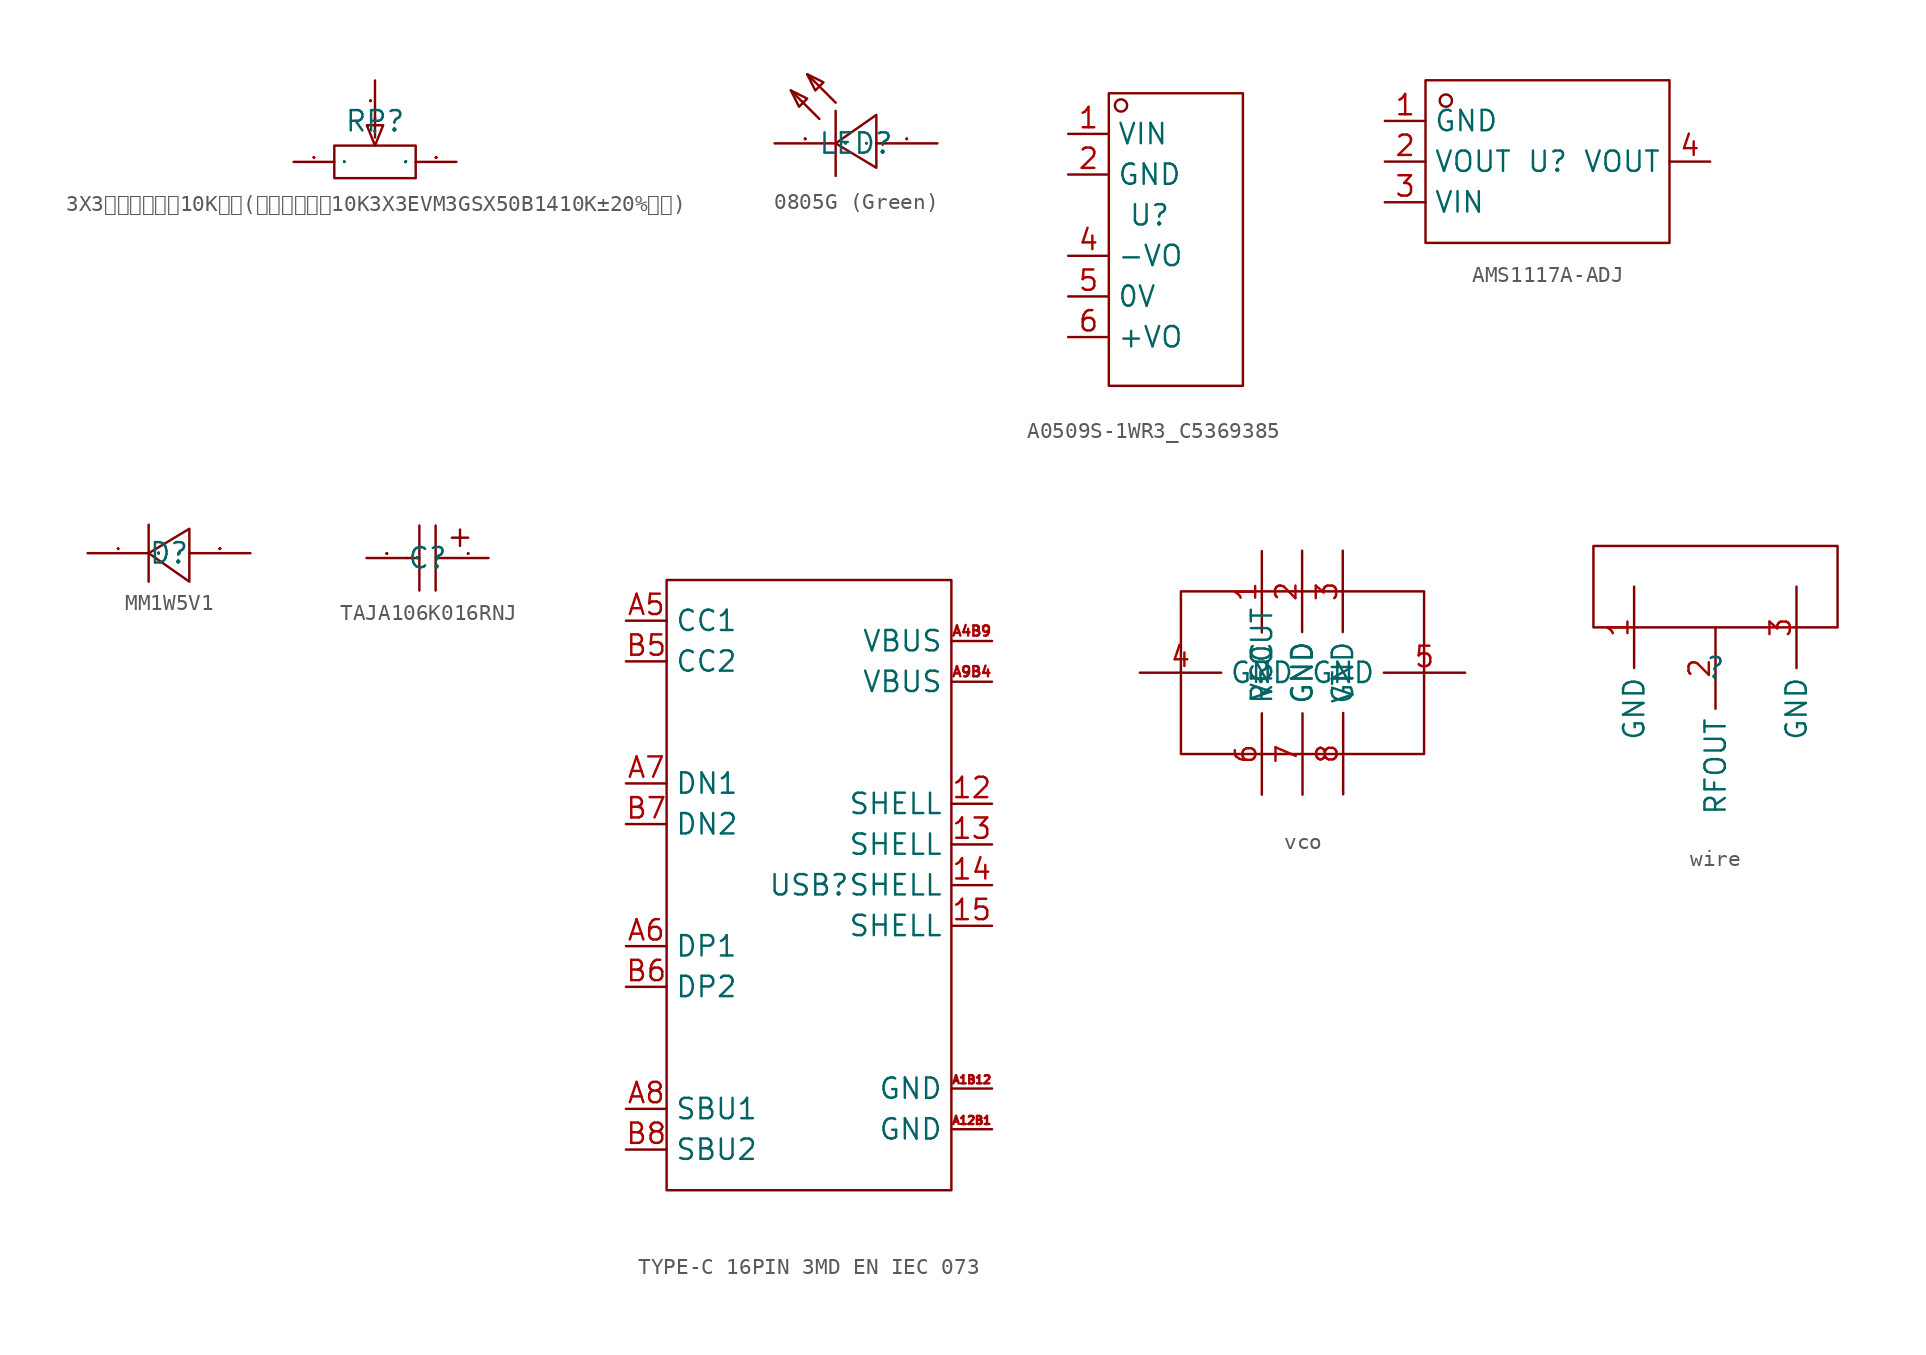
<source format=kicad_sym>
(kicad_symbol_lib
  (version 20231120)
  (generator "kicad_symbol_editor")
  (generator_version "8.0")
  (symbol "3X3贴片可调电阻10K可调(贴片可调电阻10K3X3EVM3GSX50B1410K±20%松下)"
    (property "Reference" "RP"
      (at 0 0 0)
      (effects (font (size 1.27 1.27))))
    (property "Value" ""
      (at 0 0 0)
      (effects (font (size 1.27 1.27))))
    (symbol "3X3贴片可调电阻10K可调(贴片可调电阻10K3X3EVM3GSX50B1410K±20%松下)_1_0"
      (polyline (pts (xy 0 -1.016) (xy 0 0.254)) (stroke (width 0) (type default)) (fill (type none)))
      (polyline (pts (xy 0 -1.524) (xy -0.508 -0.254) (xy -0.508 -0.254) (xy 0.508 -0.254) (xy 0.508 -0.254) (xy 0 -1.524)) (stroke (width 0) (type default)) (fill (type none)))
      (polyline (pts (xy 2.54 -1.524) (xy -2.54 -1.524) (xy -2.54 -1.524) (xy -2.54 -3.556) (xy -2.54 -3.556) (xy 2.54 -3.556) (xy 2.54 -3.556) (xy 2.54 -1.524)) (stroke (width 0) (type default)) (fill (type none)))
      (pin input line (at -5.08 -2.54 0) (length 2.54) (name "1" (effects (font (size 0.025 0.025)))) (number "1" (effects (font (size 0.025 0.025)))))
      (pin input line (at 0 2.54 270) (length 2.54) (name "2" (effects (font (size 0.025 0.025)))) (number "2" (effects (font (size 0.025 0.025)))))
      (pin input line (at 5.08 -2.54 180) (length 2.54) (name "3" (effects (font (size 0.025 0.025)))) (number "3" (effects (font (size 0.025 0.025)))))))
  (symbol "0805G (Green)"
    (property "Reference" "LED"
      (at 0 0 0)
      (effects (font (size 1.27 1.27))))
    (property "Value" ""
      (at 0 0 0)
      (effects (font (size 1.27 1.27))))
    (symbol "0805G (Green)_1_0"
      (polyline (pts (xy -2.286 1.524) (xy -4.064 3.302)) (stroke (width 0) (type default)) (fill (type none)))
      (polyline (pts (xy -1.27 2.032) (xy -1.27 -2.032)) (stroke (width 0) (type default)) (fill (type none)))
      (polyline (pts (xy -1.27 2.54) (xy -3.048 4.318)) (stroke (width 0) (type default)) (fill (type none)))
      (polyline (pts (xy -4.064 3.302) (xy -3.048 2.794) (xy -3.048 2.794) (xy -3.556 2.286) (xy -3.556 2.286) (xy -4.064 3.302)) (stroke (width 0) (type default)) (fill (type none)))
      (polyline (pts (xy -3.048 4.318) (xy -2.032 3.81) (xy -2.032 3.81) (xy -2.54 3.302) (xy -2.54 3.302) (xy -3.048 4.318)) (stroke (width 0) (type default)) (fill (type none)))
      (polyline (pts (xy 1.27 -1.524) (xy -1.27 0) (xy -1.27 0) (xy 1.27 1.778) (xy 1.27 1.778) (xy 1.27 -1.524)) (stroke (width 0) (type default)) (fill (type none)))
      (pin unspecified line (at 5.08 0 180) (length 3.81) (name "A" (effects (font (size 0.025 0.025)))) (number "1" (effects (font (size 0.025 0.025)))))
      (pin unspecified line (at -5.08 0 0) (length 3.81) (name "K" (effects (font (size 0.025 0.025)))) (number "2" (effects (font (size 0.025 0.025)))))))
  (symbol "A0509S-1WR3_C5369385"
    (property "Reference" "U"
      (at 0 0 0)
      (effects (font (size 1.27 1.27))))
    (property "Value" ""
      (at 0 0 0)
      (effects (font (size 1.27 1.27))))
    (symbol "A0509S-1WR3_C5369385_1_0"
      (rectangle (start -2.54 -10.668) (end 5.842 7.62) (stroke (width 0) (type default)) (fill (type none)))
      (circle (center -1.778 6.858) (radius 0.381) (stroke (width 0) (type default)) (fill (type none)))
      (pin unspecified line (at -5.08 5.08 0) (length 2.54) (name "VIN" (effects (font (size 1.27 1.27)))) (number "1" (effects (font (size 1.27 1.27)))))
      (pin unspecified line (at -5.08 2.54 0) (length 2.54) (name "GND" (effects (font (size 1.27 1.27)))) (number "2" (effects (font (size 1.27 1.27)))))
      (pin unspecified line (at -5.08 -2.54 0) (length 2.54) (name "-VO" (effects (font (size 1.27 1.27)))) (number "4" (effects (font (size 1.27 1.27)))))
      (pin unspecified line (at -5.08 -5.08 0) (length 2.54) (name "0V" (effects (font (size 1.27 1.27)))) (number "5" (effects (font (size 1.27 1.27)))))
      (pin unspecified line (at -5.08 -7.62 0) (length 2.54) (name "+VO" (effects (font (size 1.27 1.27)))) (number "6" (effects (font (size 1.27 1.27)))))))
  (symbol "AMS1117A-ADJ"
    (property "Reference" "U"
      (at 0 0 0)
      (effects (font (size 1.27 1.27))))
    (property "Value" ""
      (at 0 0 0)
      (effects (font (size 1.27 1.27))))
    (symbol "AMS1117A-ADJ_1_0"
      (rectangle (start -7.62 -5.08) (end 7.62 5.08) (stroke (width 0) (type default)) (fill (type none)))
      (circle (center -6.35 3.81) (radius 0.381) (stroke (width 0) (type default)) (fill (type none)))
      (pin unspecified line (at -10.16 2.54 0) (length 2.54) (name "GND" (effects (font (size 1.27 1.27)))) (number "1" (effects (font (size 1.27 1.27)))))
      (pin unspecified line (at -10.16 0 0) (length 2.54) (name "VOUT" (effects (font (size 1.27 1.27)))) (number "2" (effects (font (size 1.27 1.27)))))
      (pin unspecified line (at -10.16 -2.54 0) (length 2.54) (name "VIN" (effects (font (size 1.27 1.27)))) (number "3" (effects (font (size 1.27 1.27)))))
      (pin unspecified line (at 10.16 0 180) (length 2.54) (name "VOUT" (effects (font (size 1.27 1.27)))) (number "4" (effects (font (size 1.27 1.27)))))))
  (symbol "MM1W5V1"
    (property "Reference" "D"
      (at 0 0 0)
      (effects (font (size 1.27 1.27))))
    (property "Value" ""
      (at 0 0 0)
      (effects (font (size 1.27 1.27))))
    (symbol "MM1W5V1_1_0"
      (polyline (pts (xy -1.27 1.778) (xy -1.27 -1.778)) (stroke (width 0) (type default)) (fill (type none)))
      (polyline (pts (xy 1.27 1.524) (xy -1.27 0) (xy -1.27 0) (xy 1.27 -1.778) (xy 1.27 -1.778) (xy 1.27 1.524)) (stroke (width 0) (type default)) (fill (type none)))
      (pin unspecified line (at -5.08 0 0) (length 3.81) (name "C" (effects (font (size 0.025 0.025)))) (number "1" (effects (font (size 0.025 0.025)))))
      (pin unspecified line (at 5.08 0 180) (length 3.81) (name "A" (effects (font (size 0.025 0.025)))) (number "2" (effects (font (size 0.025 0.025)))))))
  (symbol "TAJA106K016RNJ"
    (property "Reference" "C"
      (at 0 0 0)
      (effects (font (size 1.27 1.27))))
    (symbol "TAJA106K016RNJ_1_0"
      (polyline (pts (xy -0.508 -2.032) (xy -0.508 2.032)) (stroke (width 0) (type default)) (fill (type none)))
      (polyline (pts (xy -0.508 0) (xy -1.27 0)) (stroke (width 0) (type default)) (fill (type none)))
      (polyline (pts (xy 0.508 -2.032) (xy 0.508 2.032)) (stroke (width 0) (type default)) (fill (type none)))
      (polyline (pts (xy 1.27 0) (xy 0.508 0)) (stroke (width 0) (type default)) (fill (type none)))
      (polyline (pts (xy 1.524 1.27) (xy 2.54 1.27)) (stroke (width 0) (type default)) (fill (type none)))
      (polyline (pts (xy 2.032 1.778) (xy 2.032 0.762)) (stroke (width 0) (type default)) (fill (type none)))
      (pin input line (at 3.81 0 180) (length 2.54) (name "1" (effects (font (size 0.025 0.025)))) (number "1" (effects (font (size 0.025 0.025)))))
      (pin input line (at -3.81 0 0) (length 2.54) (name "2" (effects (font (size 0.025 0.025)))) (number "2" (effects (font (size 0.025 0.025)))))))
  (symbol "TYPE-C 16PIN 3MD EN IEC 073"
    (property "Reference" "USB"
      (at 0 0 0)
      (effects (font (size 1.27 1.27))))
    (property "Value" ""
      (at 0 0 0)
      (effects (font (size 1.27 1.27))))
    (symbol "TYPE-C 16PIN 3MD EN IEC 073_1_0"
      (rectangle (start -8.89 19.05) (end 8.89 -19.05) (stroke (width 0) (type default)) (fill (type none)))
      (pin unspecified line (at 11.43 5.08 180) (length 2.54) (name "SHELL" (effects (font (size 1.27 1.27)))) (number "12" (effects (font (size 1.27 1.27)))))
      (pin unspecified line (at 11.43 2.54 180) (length 2.54) (name "SHELL" (effects (font (size 1.27 1.27)))) (number "13" (effects (font (size 1.27 1.27)))))
      (pin unspecified line (at 11.43 0 180) (length 2.54) (name "SHELL" (effects (font (size 1.27 1.27)))) (number "14" (effects (font (size 1.27 1.27)))))
      (pin unspecified line (at 11.43 -2.54 180) (length 2.54) (name "SHELL" (effects (font (size 1.27 1.27)))) (number "15" (effects (font (size 1.27 1.27)))))
      (pin unspecified line (at 11.43 -15.24 180) (length 2.54) (name "GND" (effects (font (size 1.27 1.27)))) (number "A12B1" (effects (font (size 0.508 0.508)))))
      (pin unspecified line (at 11.43 -12.7 180) (length 2.54) (name "GND" (effects (font (size 1.27 1.27)))) (number "A1B12" (effects (font (size 0.508 0.508)))))
      (pin unspecified line (at 11.43 15.24 180) (length 2.54) (name "VBUS" (effects (font (size 1.27 1.27)))) (number "A4B9" (effects (font (size 0.635 0.635)))))
      (pin unspecified line (at -11.43 16.51 0) (length 2.54) (name "CC1" (effects (font (size 1.27 1.27)))) (number "A5" (effects (font (size 1.27 1.27)))))
      (pin unspecified line (at -11.43 -3.81 0) (length 2.54) (name "DP1" (effects (font (size 1.27 1.27)))) (number "A6" (effects (font (size 1.27 1.27)))))
      (pin unspecified line (at -11.43 6.35 0) (length 2.54) (name "DN1" (effects (font (size 1.27 1.27)))) (number "A7" (effects (font (size 1.27 1.27)))))
      (pin unspecified line (at -11.43 -13.97 0) (length 2.54) (name "SBU1" (effects (font (size 1.27 1.27)))) (number "A8" (effects (font (size 1.27 1.27)))))
      (pin unspecified line (at 11.43 12.7 180) (length 2.54) (name "VBUS" (effects (font (size 1.27 1.27)))) (number "A9B4" (effects (font (size 0.635 0.635)))))
      (pin unspecified line (at -11.43 13.97 0) (length 2.54) (name "CC2" (effects (font (size 1.27 1.27)))) (number "B5" (effects (font (size 1.27 1.27)))))
      (pin unspecified line (at -11.43 -6.35 0) (length 2.54) (name "DP2" (effects (font (size 1.27 1.27)))) (number "B6" (effects (font (size 1.27 1.27)))))
      (pin unspecified line (at -11.43 3.81 0) (length 2.54) (name "DN2" (effects (font (size 1.27 1.27)))) (number "B7" (effects (font (size 1.27 1.27)))))
      (pin unspecified line (at -11.43 -16.51 0) (length 2.54) (name "SBU2" (effects (font (size 1.27 1.27)))) (number "B8" (effects (font (size 1.27 1.27)))))))
  (symbol "vco"
    (property "Reference" ""
      (at 0 0 0)
      (effects (font (size 1.27 1.27))))
    (property "Value" ""
      (at 0 0 0)
      (effects (font (size 1.27 1.27))))
    (symbol "vco_1_0"
      (rectangle (start -5.055 5.08) (end 10.135 -5.08) (stroke (width 0) (type default)) (fill (type none)))
      (pin input line (at 0 7.595 270) (length 5.08) (name "VCC" (effects (font (size 1.27 1.27)))) (number "1" (effects (font (size 1.27 1.27)))))
      (pin input line (at 2.515 7.62 270) (length 5.08) (name "GND" (effects (font (size 1.27 1.27)))) (number "2" (effects (font (size 1.27 1.27)))))
      (pin input line (at 5.055 7.62 270) (length 5.08) (name "GND" (effects (font (size 1.27 1.27)))) (number "3" (effects (font (size 1.27 1.27)))))
      (pin input line (at -7.62 0 0) (length 5.08) (name "GND" (effects (font (size 1.27 1.27)))) (number "4" (effects (font (size 1.27 1.27)))))
      (pin input line (at 12.7 0 180) (length 5.08) (name "GND" (effects (font (size 1.27 1.27)))) (number "5" (effects (font (size 1.27 1.27)))))
      (pin input line (at 0 -7.62 90) (length 5.08) (name "RFOUT" (effects (font (size 1.27 1.27)))) (number "6" (effects (font (size 1.27 1.27)))))
      (pin input line (at 2.54 -7.62 90) (length 5.08) (name "GND" (effects (font (size 1.27 1.27)))) (number "7" (effects (font (size 1.27 1.27)))))
      (pin input line (at 5.08 -7.595 90) (length 5.08) (name "VT" (effects (font (size 1.27 1.27)))) (number "8" (effects (font (size 1.27 1.27)))))))
  (symbol "wire"
    (property "Reference" ""
      (at 0 0 0)
      (effects (font (size 1.27 1.27))))
    (property "Value" ""
      (at 0 0 0)
      (effects (font (size 1.27 1.27))))
    (symbol "wire_1_0"
      (rectangle (start -7.62 7.62) (end 7.62 2.54) (stroke (width 0) (type default)) (fill (type none)))
      (pin input line (at -5.08 5.08 270) (length 5.08) (name "GND" (effects (font (size 1.27 1.27)))) (number "1" (effects (font (size 1.27 1.27)))))
      (pin input line (at 0 2.54 270) (length 5.08) (name "RFOUT" (effects (font (size 1.27 1.27)))) (number "2" (effects (font (size 1.27 1.27)))))
      (pin input line (at 5.055 5.08 270) (length 5.08) (name "GND" (effects (font (size 1.27 1.27)))) (number "3" (effects (font (size 1.27 1.27))))))))
</source>
